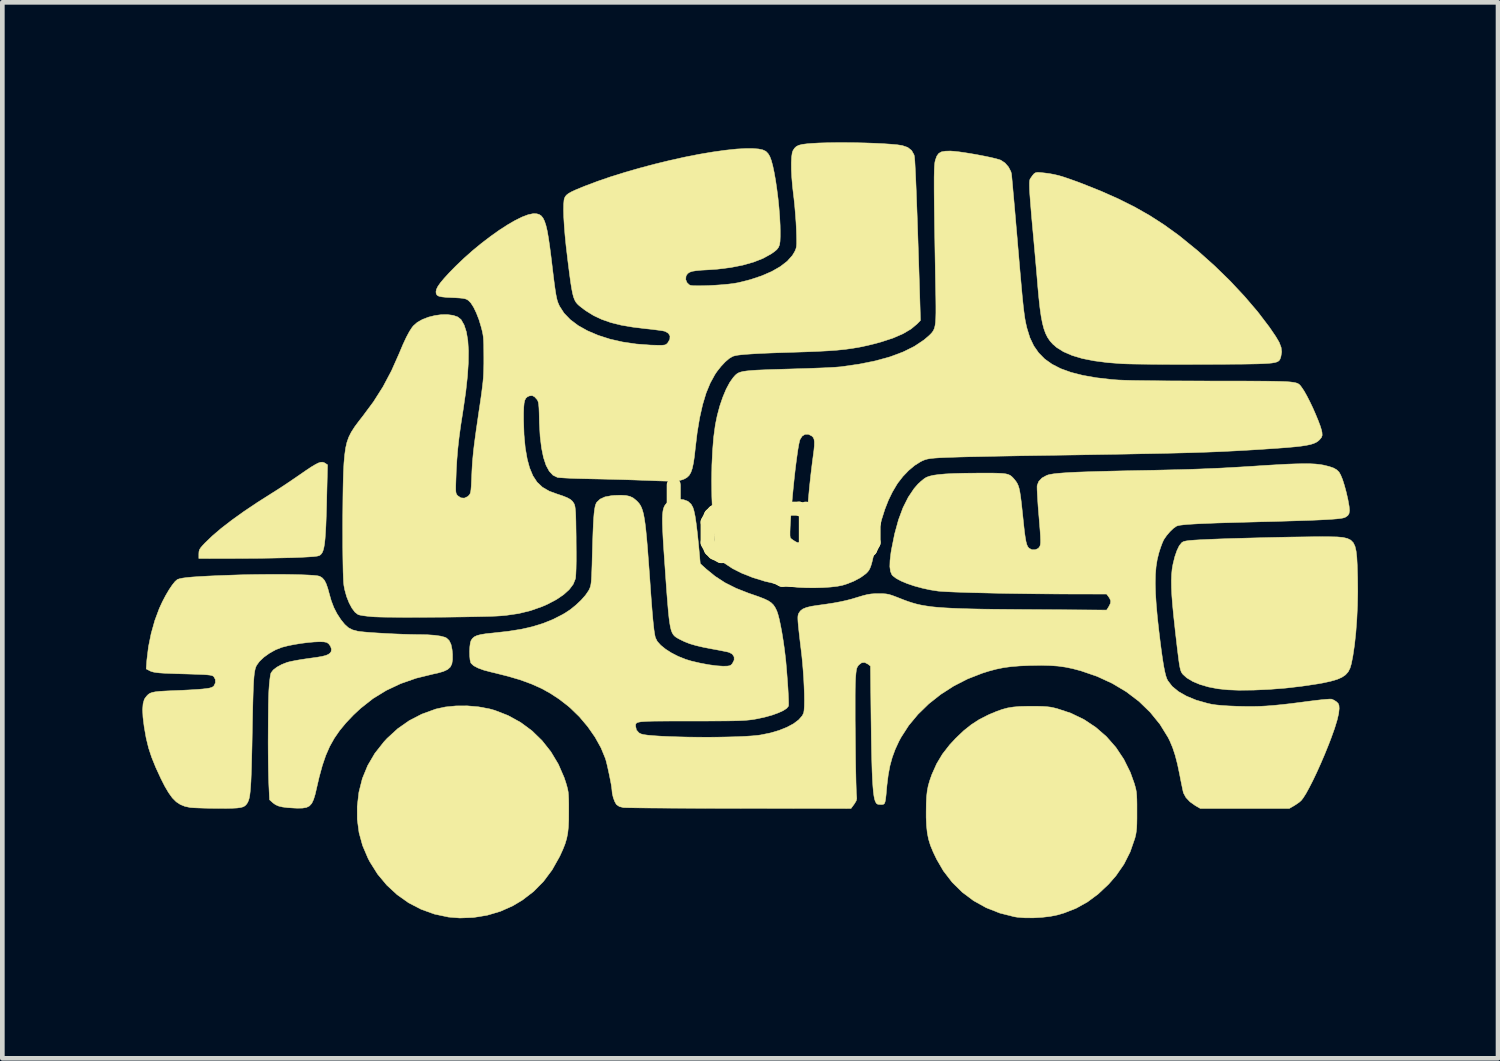
<source format=kicad_pcb>
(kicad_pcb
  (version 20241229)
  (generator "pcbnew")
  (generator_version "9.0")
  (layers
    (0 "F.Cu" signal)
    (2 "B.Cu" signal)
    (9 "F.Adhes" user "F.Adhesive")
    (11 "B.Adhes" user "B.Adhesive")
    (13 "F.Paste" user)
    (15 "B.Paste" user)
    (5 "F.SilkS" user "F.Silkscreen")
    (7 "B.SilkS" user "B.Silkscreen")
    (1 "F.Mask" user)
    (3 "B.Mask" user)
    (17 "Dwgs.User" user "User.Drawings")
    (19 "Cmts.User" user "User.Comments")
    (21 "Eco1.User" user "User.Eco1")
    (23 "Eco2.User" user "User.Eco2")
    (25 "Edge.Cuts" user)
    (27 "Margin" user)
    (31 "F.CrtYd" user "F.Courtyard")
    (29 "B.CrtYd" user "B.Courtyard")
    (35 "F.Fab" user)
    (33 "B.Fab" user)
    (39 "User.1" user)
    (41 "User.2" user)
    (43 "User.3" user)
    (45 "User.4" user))
  (footprint "logo"
    (layer "F.Cu")
    (at 13.486 8.172)
    (property "Reference" "logo" (at 0 0 0) (layer "F.SilkS") (effects (font (size 1.524 1.524) (thickness 0.3))))
    (attr through_hole)
    (fp_poly (pts (xy -9.593 -1.312) (xy -9.574 -1.301) (xy -9.52 -1.266) (xy -9.535 -0.649) (xy -9.541 -0.383) (xy -9.548 -0.157) (xy -9.555 0.034) (xy -9.564 0.192) (xy -9.573 0.321) (xy -9.584 0.425) (xy -9.598 0.505) (xy -9.614 0.567) (xy -9.632 0.612) (xy -9.655 0.645) (xy -9.68 0.668) (xy -9.7 0.68) (xy -9.74 0.69) (xy -9.819 0.7) (xy -9.936 0.708) (xy -10.087 0.716) (xy -10.271 0.723) (xy -10.484 0.728) (xy -10.724 0.733) (xy -10.988 0.737) (xy -11.274 0.739) (xy -11.499 0.74) (xy -12.277 0.741) (xy -12.277 0.644) (xy -12.274 0.595) (xy -12.264 0.555) (xy -12.239 0.514) (xy -12.195 0.462) (xy -12.144 0.408) (xy -11.988 0.258) (xy -11.796 0.094) (xy -11.569 -0.081) (xy -11.311 -0.266) (xy -11.025 -0.458) (xy -10.732 -0.644) (xy -10.624 -0.712) (xy -10.494 -0.796) (xy -10.354 -0.889) (xy -10.216 -0.983) (xy -10.121 -1.048) (xy -9.981 -1.145) (xy -9.871 -1.218) (xy -9.784 -1.27) (xy -9.718 -1.304) (xy -9.667 -1.32) (xy -9.627 -1.322) (xy -9.593 -1.312)) (stroke (width 0.01) (type solid)) (fill yes) (layer "F.SilkS"))
    (fp_poly (pts (xy -6.283 3.919) (xy -6.052 3.962) (xy -5.94 3.993) (xy -5.652 4.105) (xy -5.385 4.252) (xy -5.141 4.432) (xy -4.924 4.643) (xy -4.735 4.882) (xy -4.576 5.147) (xy -4.451 5.435) (xy -4.411 5.556) (xy -4.391 5.625) (xy -4.376 5.685) (xy -4.365 5.744) (xy -4.359 5.812) (xy -4.355 5.896) (xy -4.353 6.004) (xy -4.353 6.146) (xy -4.353 6.16) (xy -4.354 6.344) (xy -4.361 6.496) (xy -4.375 6.626) (xy -4.398 6.742) (xy -4.432 6.855) (xy -4.479 6.974) (xy -4.541 7.11) (xy -4.552 7.132) (xy -4.709 7.411) (xy -4.894 7.659) (xy -5.107 7.875) (xy -5.35 8.061) (xy -5.551 8.181) (xy -5.816 8.299) (xy -6.099 8.383) (xy -6.393 8.431) (xy -6.687 8.442) (xy -6.932 8.422) (xy -7.232 8.358) (xy -7.517 8.255) (xy -7.783 8.117) (xy -8.029 7.943) (xy -8.251 7.738) (xy -8.447 7.503) (xy -8.613 7.239) (xy -8.652 7.165) (xy -8.769 6.891) (xy -8.845 6.614) (xy -8.883 6.328) (xy -8.884 6.055) (xy -8.848 5.747) (xy -8.774 5.454) (xy -8.66 5.177) (xy -8.507 4.916) (xy -8.314 4.671) (xy -8.245 4.596) (xy -8.017 4.387) (xy -7.77 4.214) (xy -7.501 4.075) (xy -7.206 3.968) (xy -7.205 3.967) (xy -6.999 3.922) (xy -6.768 3.899) (xy -6.526 3.898) (xy -6.283 3.919)) (stroke (width 0.01) (type solid)) (fill yes) (layer "F.SilkS"))
    (fp_poly (pts (xy 5.69 3.907) (xy 5.801 3.91) (xy 5.89 3.916) (xy 5.966 3.925) (xy 6.038 3.94) (xy 6.104 3.956) (xy 6.403 4.055) (xy 6.681 4.189) (xy 6.936 4.358) (xy 7.165 4.557) (xy 7.366 4.786) (xy 7.537 5.042) (xy 7.676 5.322) (xy 7.76 5.556) (xy 7.78 5.625) (xy 7.795 5.685) (xy 7.806 5.744) (xy 7.812 5.812) (xy 7.816 5.896) (xy 7.818 6.004) (xy 7.818 6.146) (xy 7.818 6.16) (xy 7.818 6.309) (xy 7.816 6.425) (xy 7.812 6.515) (xy 7.804 6.588) (xy 7.794 6.652) (xy 7.779 6.715) (xy 7.772 6.74) (xy 7.673 7.026) (xy 7.54 7.29) (xy 7.369 7.537) (xy 7.212 7.717) (xy 6.989 7.927) (xy 6.759 8.098) (xy 6.515 8.234) (xy 6.254 8.336) (xy 6.122 8.375) (xy 5.964 8.407) (xy 5.785 8.428) (xy 5.597 8.439) (xy 5.415 8.438) (xy 5.253 8.425) (xy 5.191 8.415) (xy 4.878 8.336) (xy 4.587 8.221) (xy 4.319 8.072) (xy 4.076 7.89) (xy 3.86 7.677) (xy 3.673 7.434) (xy 3.528 7.185) (xy 3.453 7.028) (xy 3.395 6.888) (xy 3.354 6.755) (xy 3.327 6.618) (xy 3.311 6.466) (xy 3.303 6.29) (xy 3.303 6.17) (xy 3.305 5.992) (xy 3.312 5.845) (xy 3.326 5.72) (xy 3.348 5.606) (xy 3.381 5.493) (xy 3.424 5.371) (xy 3.427 5.364) (xy 3.528 5.138) (xy 3.652 4.931) (xy 3.806 4.733) (xy 3.937 4.592) (xy 4.106 4.431) (xy 4.269 4.301) (xy 4.435 4.193) (xy 4.617 4.1) (xy 4.655 4.082) (xy 4.801 4.021) (xy 4.928 3.975) (xy 5.046 3.943) (xy 5.169 3.923) (xy 5.306 3.911) (xy 5.47 3.907) (xy 5.546 3.907) (xy 5.69 3.907)) (stroke (width 0.01) (type solid)) (fill yes) (layer "F.SilkS"))
    (fp_poly (pts (xy 11.955 0.276) (xy 12.107 0.279) (xy 12.229 0.29) (xy 12.325 0.312) (xy 12.398 0.348) (xy 12.452 0.403) (xy 12.489 0.48) (xy 12.513 0.584) (xy 12.528 0.717) (xy 12.537 0.883) (xy 12.543 1.087) (xy 12.545 1.154) (xy 12.548 1.449) (xy 12.542 1.748) (xy 12.528 2.043) (xy 12.507 2.326) (xy 12.479 2.59) (xy 12.444 2.826) (xy 12.411 2.995) (xy 12.383 3.09) (xy 12.343 3.169) (xy 12.286 3.233) (xy 12.208 3.286) (xy 12.105 3.331) (xy 11.971 3.37) (xy 11.802 3.407) (xy 11.682 3.428) (xy 11.345 3.478) (xy 10.998 3.518) (xy 10.652 3.545) (xy 10.317 3.56) (xy 10.003 3.563) (xy 9.768 3.554) (xy 9.555 3.532) (xy 9.355 3.494) (xy 9.172 3.441) (xy 9.014 3.375) (xy 8.887 3.299) (xy 8.807 3.227) (xy 8.79 3.207) (xy 8.775 3.185) (xy 8.763 3.159) (xy 8.751 3.123) (xy 8.739 3.074) (xy 8.727 3.008) (xy 8.714 2.921) (xy 8.7 2.808) (xy 8.682 2.666) (xy 8.662 2.49) (xy 8.637 2.277) (xy 8.635 2.254) (xy 8.605 1.98) (xy 8.582 1.743) (xy 8.566 1.539) (xy 8.558 1.363) (xy 8.556 1.212) (xy 8.561 1.08) (xy 8.572 0.964) (xy 8.59 0.863) (xy 8.629 0.704) (xy 8.675 0.571) (xy 8.724 0.469) (xy 8.777 0.403) (xy 8.792 0.392) (xy 8.822 0.377) (xy 8.87 0.366) (xy 8.941 0.356) (xy 9.041 0.348) (xy 9.176 0.34) (xy 9.222 0.338) (xy 9.393 0.33) (xy 9.599 0.322) (xy 9.831 0.314) (xy 10.083 0.307) (xy 10.347 0.3) (xy 10.616 0.293) (xy 10.881 0.287) (xy 11.135 0.282) (xy 11.371 0.279) (xy 11.581 0.276) (xy 11.758 0.275) (xy 11.77 0.275) (xy 11.955 0.276)) (stroke (width 0.01) (type solid)) (fill yes) (layer "F.SilkS"))
    (fp_poly (pts (xy 5.764 -7.525) (xy 5.846 -7.516) (xy 5.946 -7.503) (xy 6.042 -7.485) (xy 6.142 -7.462) (xy 6.252 -7.429) (xy 6.381 -7.385) (xy 6.538 -7.329) (xy 6.636 -7.292) (xy 7.047 -7.128) (xy 7.423 -6.961) (xy 7.769 -6.788) (xy 8.093 -6.604) (xy 8.4 -6.406) (xy 8.697 -6.192) (xy 8.756 -6.146) (xy 9.123 -5.847) (xy 9.476 -5.532) (xy 9.81 -5.207) (xy 10.12 -4.876) (xy 10.403 -4.545) (xy 10.653 -4.217) (xy 10.792 -4.013) (xy 10.865 -3.889) (xy 10.906 -3.782) (xy 10.918 -3.684) (xy 10.902 -3.587) (xy 10.898 -3.573) (xy 10.889 -3.545) (xy 10.879 -3.521) (xy 10.864 -3.5) (xy 10.843 -3.483) (xy 10.812 -3.468) (xy 10.768 -3.456) (xy 10.709 -3.446) (xy 10.631 -3.439) (xy 10.531 -3.433) (xy 10.407 -3.428) (xy 10.256 -3.425) (xy 10.074 -3.422) (xy 9.86 -3.421) (xy 9.609 -3.419) (xy 9.32 -3.418) (xy 9.26 -3.418) (xy 9.01 -3.417) (xy 8.762 -3.417) (xy 8.524 -3.417) (xy 8.298 -3.418) (xy 8.09 -3.42) (xy 7.905 -3.422) (xy 7.747 -3.424) (xy 7.621 -3.427) (xy 7.532 -3.43) (xy 7.521 -3.43) (xy 7.191 -3.455) (xy 6.9 -3.493) (xy 6.647 -3.543) (xy 6.43 -3.608) (xy 6.248 -3.686) (xy 6.099 -3.779) (xy 6.016 -3.851) (xy 5.956 -3.918) (xy 5.905 -3.992) (xy 5.862 -4.078) (xy 5.825 -4.18) (xy 5.793 -4.303) (xy 5.765 -4.451) (xy 5.74 -4.628) (xy 5.717 -4.838) (xy 5.694 -5.087) (xy 5.694 -5.091) (xy 5.679 -5.271) (xy 5.662 -5.469) (xy 5.644 -5.67) (xy 5.627 -5.862) (xy 5.612 -6.028) (xy 5.609 -6.064) (xy 5.584 -6.334) (xy 5.563 -6.565) (xy 5.547 -6.761) (xy 5.534 -6.923) (xy 5.524 -7.055) (xy 5.518 -7.161) (xy 5.516 -7.243) (xy 5.516 -7.304) (xy 5.519 -7.348) (xy 5.525 -7.377) (xy 5.533 -7.394) (xy 5.579 -7.46) (xy 5.614 -7.501) (xy 5.649 -7.523) (xy 5.695 -7.53) (xy 5.764 -7.525)) (stroke (width 0.01) (type solid)) (fill yes) (layer "F.SilkS"))
    (fp_poly (pts (xy -10.468 1.082) (xy -10.272 1.085) (xy -10.097 1.089) (xy -9.947 1.095) (xy -9.826 1.102) (xy -9.739 1.111) (xy -9.689 1.122) (xy -9.685 1.124) (xy -9.63 1.159) (xy -9.585 1.211) (xy -9.548 1.285) (xy -9.512 1.39) (xy -9.491 1.468) (xy -9.441 1.645) (xy -9.385 1.792) (xy -9.317 1.924) (xy -9.238 2.046) (xy -9.154 2.151) (xy -9.073 2.224) (xy -8.984 2.27) (xy -8.874 2.299) (xy -8.826 2.306) (xy -8.731 2.316) (xy -8.602 2.327) (xy -8.448 2.337) (xy -8.278 2.347) (xy -8.101 2.356) (xy -7.926 2.363) (xy -7.762 2.368) (xy -7.617 2.371) (xy -7.564 2.371) (xy -7.38 2.375) (xy -7.224 2.386) (xy -7.098 2.404) (xy -7.007 2.428) (xy -6.97 2.446) (xy -6.914 2.5) (xy -6.875 2.581) (xy -6.852 2.693) (xy -6.843 2.793) (xy -6.843 2.909) (xy -6.857 2.999) (xy -6.891 3.067) (xy -6.949 3.119) (xy -7.037 3.16) (xy -7.159 3.195) (xy -7.253 3.215) (xy -7.62 3.305) (xy -7.955 3.422) (xy -8.262 3.567) (xy -8.546 3.741) (xy -8.809 3.948) (xy -8.966 4.094) (xy -9.126 4.263) (xy -9.261 4.426) (xy -9.376 4.593) (xy -9.474 4.768) (xy -9.558 4.96) (xy -9.631 5.174) (xy -9.698 5.419) (xy -9.749 5.638) (xy -9.784 5.79) (xy -9.819 5.904) (xy -9.858 5.987) (xy -9.908 6.042) (xy -9.972 6.074) (xy -10.057 6.088) (xy -10.168 6.09) (xy -10.234 6.087) (xy -10.377 6.078) (xy -10.486 6.064) (xy -10.569 6.044) (xy -10.634 6.015) (xy -10.689 5.976) (xy -10.695 5.97) (xy -10.762 5.91) (xy -10.777 5.595) (xy -10.782 5.461) (xy -10.786 5.295) (xy -10.789 5.105) (xy -10.791 4.898) (xy -10.792 4.681) (xy -10.791 4.462) (xy -10.79 4.247) (xy -10.788 4.044) (xy -10.786 3.859) (xy -10.782 3.7) (xy -10.777 3.575) (xy -10.775 3.545) (xy -10.767 3.433) (xy -10.756 3.331) (xy -10.745 3.249) (xy -10.733 3.198) (xy -10.73 3.191) (xy -10.684 3.13) (xy -10.605 3.069) (xy -10.503 3.013) (xy -10.386 2.967) (xy -10.372 2.963) (xy -10.302 2.946) (xy -10.201 2.926) (xy -10.08 2.905) (xy -9.952 2.886) (xy -9.895 2.878) (xy -9.749 2.858) (xy -9.639 2.839) (xy -9.559 2.819) (xy -9.504 2.796) (xy -9.467 2.769) (xy -9.443 2.736) (xy -9.443 2.735) (xy -9.436 2.682) (xy -9.456 2.621) (xy -9.497 2.566) (xy -9.54 2.538) (xy -9.599 2.527) (xy -9.691 2.524) (xy -9.808 2.529) (xy -9.941 2.541) (xy -10.083 2.559) (xy -10.225 2.582) (xy -10.359 2.608) (xy -10.476 2.638) (xy -10.5 2.644) (xy -10.634 2.697) (xy -10.764 2.77) (xy -10.883 2.855) (xy -10.978 2.945) (xy -11.041 3.032) (xy -11.055 3.063) (xy -11.068 3.101) (xy -11.078 3.147) (xy -11.088 3.206) (xy -11.096 3.282) (xy -11.103 3.377) (xy -11.109 3.495) (xy -11.114 3.639) (xy -11.119 3.812) (xy -11.124 4.019) (xy -11.129 4.262) (xy -11.133 4.473) (xy -11.138 4.755) (xy -11.144 4.997) (xy -11.149 5.204) (xy -11.155 5.378) (xy -11.161 5.523) (xy -11.169 5.641) (xy -11.177 5.737) (xy -11.186 5.813) (xy -11.197 5.872) (xy -11.21 5.918) (xy -11.225 5.954) (xy -11.234 5.973) (xy -11.26 6.01) (xy -11.289 6.039) (xy -11.328 6.061) (xy -11.383 6.076) (xy -11.458 6.086) (xy -11.558 6.091) (xy -11.69 6.094) (xy -11.858 6.093) (xy -11.878 6.093) (xy -12.023 6.092) (xy -12.16 6.089) (xy -12.282 6.085) (xy -12.38 6.081) (xy -12.446 6.076) (xy -12.461 6.075) (xy -12.574 6.051) (xy -12.673 6.011) (xy -12.761 5.953) (xy -12.844 5.87) (xy -12.924 5.759) (xy -13.008 5.616) (xy -13.089 5.456) (xy -13.2 5.216) (xy -13.287 5.001) (xy -13.353 4.801) (xy -13.4 4.609) (xy -13.406 4.583) (xy -13.448 4.343) (xy -13.473 4.142) (xy -13.481 3.978) (xy -13.471 3.851) (xy -13.445 3.76) (xy -13.428 3.732) (xy -13.393 3.687) (xy -13.36 3.653) (xy -13.322 3.628) (xy -13.272 3.61) (xy -13.206 3.597) (xy -13.116 3.587) (xy -12.996 3.58) (xy -12.844 3.573) (xy -12.629 3.564) (xy -12.452 3.555) (xy -12.309 3.546) (xy -12.197 3.537) (xy -12.112 3.527) (xy -12.049 3.517) (xy -12.005 3.504) (xy -11.975 3.489) (xy -11.956 3.472) (xy -11.955 3.472) (xy -11.922 3.404) (xy -11.923 3.333) (xy -11.956 3.273) (xy -11.96 3.269) (xy -11.977 3.257) (xy -12.001 3.248) (xy -12.037 3.24) (xy -12.09 3.234) (xy -12.166 3.228) (xy -12.27 3.224) (xy -12.405 3.219) (xy -12.569 3.214) (xy -12.757 3.209) (xy -12.909 3.203) (xy -13.028 3.198) (xy -13.12 3.192) (xy -13.19 3.184) (xy -13.244 3.175) (xy -13.286 3.164) (xy -13.322 3.15) (xy -13.342 3.139) (xy -13.404 3.107) (xy -13.39 2.914) (xy -13.356 2.634) (xy -13.298 2.348) (xy -13.22 2.07) (xy -13.124 1.812) (xy -13.059 1.671) (xy -12.987 1.533) (xy -12.915 1.411) (xy -12.847 1.31) (xy -12.787 1.235) (xy -12.739 1.193) (xy -12.732 1.189) (xy -12.688 1.175) (xy -12.622 1.161) (xy -12.531 1.149) (xy -12.413 1.138) (xy -12.263 1.128) (xy -12.081 1.118) (xy -11.861 1.108) (xy -11.613 1.099) (xy -11.376 1.091) (xy -11.139 1.086) (xy -10.905 1.083) (xy -10.68 1.082) (xy -10.468 1.082)) (stroke (width 0.01) (type solid)) (fill yes) (layer "F.SilkS"))
    (fp_poly (pts (xy 3.902 -7.981) (xy 4.012 -7.969) (xy 4.143 -7.95) (xy 4.285 -7.927) (xy 4.431 -7.901) (xy 4.571 -7.874) (xy 4.699 -7.847) (xy 4.805 -7.821) (xy 4.88 -7.799) (xy 4.902 -7.791) (xy 4.992 -7.731) (xy 5.067 -7.645) (xy 5.118 -7.546) (xy 5.13 -7.499) (xy 5.134 -7.464) (xy 5.141 -7.391) (xy 5.151 -7.283) (xy 5.163 -7.145) (xy 5.178 -6.979) (xy 5.195 -6.79) (xy 5.213 -6.582) (xy 5.232 -6.357) (xy 5.253 -6.121) (xy 5.259 -6.043) (xy 5.285 -5.744) (xy 5.307 -5.483) (xy 5.327 -5.259) (xy 5.344 -5.066) (xy 5.359 -4.902) (xy 5.373 -4.764) (xy 5.385 -4.648) (xy 5.397 -4.55) (xy 5.408 -4.468) (xy 5.418 -4.398) (xy 5.429 -4.337) (xy 5.441 -4.281) (xy 5.453 -4.227) (xy 5.464 -4.184) (xy 5.525 -3.988) (xy 5.607 -3.815) (xy 5.712 -3.664) (xy 5.842 -3.532) (xy 6 -3.42) (xy 6.186 -3.325) (xy 6.405 -3.246) (xy 6.657 -3.182) (xy 6.945 -3.131) (xy 7.272 -3.093) (xy 7.334 -3.088) (xy 7.425 -3.082) (xy 7.557 -3.077) (xy 7.729 -3.072) (xy 7.942 -3.069) (xy 8.196 -3.066) (xy 8.492 -3.063) (xy 8.83 -3.062) (xy 9.21 -3.061) (xy 9.387 -3.06) (xy 9.71 -3.06) (xy 9.993 -3.06) (xy 10.239 -3.059) (xy 10.451 -3.058) (xy 10.632 -3.057) (xy 10.784 -3.054) (xy 10.91 -3.051) (xy 11.013 -3.047) (xy 11.096 -3.041) (xy 11.161 -3.033) (xy 11.211 -3.024) (xy 11.249 -3.013) (xy 11.277 -2.999) (xy 11.299 -2.983) (xy 11.316 -2.965) (xy 11.333 -2.943) (xy 11.35 -2.919) (xy 11.351 -2.918) (xy 11.401 -2.843) (xy 11.459 -2.74) (xy 11.522 -2.617) (xy 11.586 -2.483) (xy 11.646 -2.346) (xy 11.7 -2.215) (xy 11.744 -2.099) (xy 11.773 -2.005) (xy 11.782 -1.96) (xy 11.786 -1.898) (xy 11.771 -1.853) (xy 11.732 -1.805) (xy 11.698 -1.774) (xy 11.656 -1.746) (xy 11.602 -1.722) (xy 11.534 -1.701) (xy 11.447 -1.683) (xy 11.338 -1.666) (xy 11.202 -1.651) (xy 11.037 -1.636) (xy 10.838 -1.621) (xy 10.602 -1.605) (xy 10.499 -1.598) (xy 10.339 -1.588) (xy 10.188 -1.579) (xy 10.043 -1.571) (xy 9.901 -1.563) (xy 9.76 -1.556) (xy 9.618 -1.549) (xy 9.471 -1.543) (xy 9.319 -1.537) (xy 9.157 -1.532) (xy 8.984 -1.526) (xy 8.797 -1.521) (xy 8.594 -1.516) (xy 8.372 -1.511) (xy 8.129 -1.506) (xy 7.862 -1.501) (xy 7.568 -1.495) (xy 7.247 -1.49) (xy 6.894 -1.484) (xy 6.507 -1.477) (xy 6.084 -1.471) (xy 5.623 -1.464) (xy 5.366 -1.46) (xy 5.111 -1.455) (xy 4.862 -1.451) (xy 4.623 -1.446) (xy 4.398 -1.441) (xy 4.191 -1.437) (xy 4.007 -1.432) (xy 3.85 -1.427) (xy 3.725 -1.423) (xy 3.636 -1.419) (xy 3.61 -1.418) (xy 3.489 -1.41) (xy 3.4 -1.401) (xy 3.334 -1.39) (xy 3.279 -1.375) (xy 3.227 -1.354) (xy 3.181 -1.331) (xy 3.057 -1.253) (xy 2.929 -1.146) (xy 2.806 -1.018) (xy 2.698 -0.879) (xy 2.676 -0.846) (xy 2.579 -0.682) (xy 2.494 -0.507) (xy 2.418 -0.313) (xy 2.349 -0.095) (xy 2.286 0.153) (xy 2.232 0.402) (xy 2.198 0.572) (xy 2.169 0.706) (xy 2.145 0.809) (xy 2.123 0.887) (xy 2.101 0.946) (xy 2.079 0.989) (xy 2.053 1.024) (xy 2.023 1.055) (xy 2.012 1.066) (xy 1.895 1.151) (xy 1.748 1.229) (xy 1.583 1.293) (xy 1.506 1.316) (xy 1.397 1.337) (xy 1.256 1.353) (xy 1.093 1.364) (xy 0.919 1.369) (xy 0.745 1.368) (xy 0.579 1.361) (xy 0.433 1.347) (xy 0.413 1.344) (xy 0.121 1.294) (xy -0.156 1.228) (xy -0.412 1.149) (xy -0.642 1.058) (xy -0.843 0.957) (xy -1.008 0.848) (xy -1.074 0.794) (xy -1.19 0.688) (xy -1.218 0.445) (xy -1.245 0.167) (xy 0.386 0.167) (xy 0.386 0.249) (xy 0.392 0.295) (xy 0.394 0.3) (xy 0.419 0.324) (xy 0.465 0.356) (xy 0.513 0.385) (xy 0.549 0.401) (xy 0.554 0.402) (xy 0.583 0.395) (xy 0.621 0.382) (xy 0.649 0.367) (xy 0.672 0.34) (xy 0.691 0.298) (xy 0.706 0.235) (xy 0.72 0.146) (xy 0.733 0.027) (xy 0.747 -0.128) (xy 0.751 -0.191) (xy 0.777 -0.497) (xy 0.804 -0.792) (xy 0.834 -1.068) (xy 0.864 -1.316) (xy 0.879 -1.429) (xy 0.898 -1.572) (xy 0.908 -1.679) (xy 0.909 -1.758) (xy 0.901 -1.814) (xy 0.883 -1.853) (xy 0.854 -1.882) (xy 0.78 -1.92) (xy 0.708 -1.918) (xy 0.646 -1.879) (xy 0.601 -1.807) (xy 0.593 -1.783) (xy 0.576 -1.707) (xy 0.557 -1.6) (xy 0.538 -1.468) (xy 0.517 -1.314) (xy 0.496 -1.144) (xy 0.476 -0.964) (xy 0.457 -0.778) (xy 0.439 -0.592) (xy 0.423 -0.41) (xy 0.409 -0.238) (xy 0.398 -0.081) (xy 0.39 0.055) (xy 0.386 0.167) (xy -1.245 0.167) (xy -1.25 0.11) (xy -1.274 -0.235) (xy -1.288 -0.583) (xy -1.292 -0.926) (xy -1.287 -1.257) (xy -1.272 -1.569) (xy -1.249 -1.855) (xy -1.215 -2.107) (xy -1.214 -2.117) (xy -1.172 -2.322) (xy -1.118 -2.524) (xy -1.053 -2.714) (xy -0.981 -2.886) (xy -0.904 -3.03) (xy -0.826 -3.14) (xy -0.823 -3.142) (xy -0.797 -3.172) (xy -0.771 -3.198) (xy -0.743 -3.22) (xy -0.71 -3.238) (xy -0.667 -3.253) (xy -0.612 -3.266) (xy -0.54 -3.276) (xy -0.449 -3.285) (xy -0.335 -3.293) (xy -0.195 -3.299) (xy -0.024 -3.306) (xy 0.18 -3.312) (xy 0.42 -3.319) (xy 0.582 -3.324) (xy 0.76 -3.329) (xy 0.934 -3.336) (xy 1.096 -3.342) (xy 1.239 -3.349) (xy 1.358 -3.356) (xy 1.444 -3.363) (xy 1.471 -3.365) (xy 1.863 -3.421) (xy 2.216 -3.492) (xy 2.531 -3.579) (xy 2.809 -3.683) (xy 3.051 -3.803) (xy 3.256 -3.94) (xy 3.354 -4.023) (xy 3.395 -4.062) (xy 3.429 -4.099) (xy 3.456 -4.138) (xy 3.477 -4.183) (xy 3.492 -4.239) (xy 3.503 -4.311) (xy 3.509 -4.403) (xy 3.512 -4.52) (xy 3.512 -4.665) (xy 3.51 -4.845) (xy 3.506 -5.043) (xy 3.499 -5.434) (xy 3.493 -5.785) (xy 3.488 -6.098) (xy 3.483 -6.376) (xy 3.48 -6.621) (xy 3.477 -6.834) (xy 3.475 -7.019) (xy 3.474 -7.178) (xy 3.474 -7.312) (xy 3.474 -7.425) (xy 3.476 -7.518) (xy 3.478 -7.594) (xy 3.481 -7.655) (xy 3.485 -7.703) (xy 3.489 -7.741) (xy 3.495 -7.771) (xy 3.5 -7.792) (xy 3.531 -7.878) (xy 3.572 -7.935) (xy 3.63 -7.969) (xy 3.714 -7.984) (xy 3.821 -7.987) (xy 3.902 -7.981)) (stroke (width 0.01) (type solid)) (fill yes) (layer "F.SilkS"))
    (fp_poly (pts (xy 1.793 -8.165) (xy 2.002 -8.16) (xy 2.201 -8.153) (xy 2.386 -8.144) (xy 2.548 -8.133) (xy 2.683 -8.121) (xy 2.782 -8.106) (xy 2.79 -8.105) (xy 2.907 -8.065) (xy 2.991 -7.999) (xy 3.042 -7.908) (xy 3.049 -7.881) (xy 3.054 -7.843) (xy 3.06 -7.772) (xy 3.066 -7.667) (xy 3.073 -7.527) (xy 3.081 -7.352) (xy 3.09 -7.14) (xy 3.099 -6.89) (xy 3.11 -6.602) (xy 3.121 -6.275) (xy 3.133 -5.908) (xy 3.146 -5.501) (xy 3.157 -5.158) (xy 3.181 -4.358) (xy 3.109 -4.284) (xy 2.979 -4.175) (xy 2.808 -4.074) (xy 2.596 -3.982) (xy 2.343 -3.899) (xy 2.209 -3.862) (xy 2.046 -3.822) (xy 1.89 -3.789) (xy 1.734 -3.762) (xy 1.571 -3.739) (xy 1.394 -3.721) (xy 1.197 -3.707) (xy 0.973 -3.695) (xy 0.716 -3.685) (xy 0.624 -3.682) (xy 0.338 -3.673) (xy 0.091 -3.665) (xy -0.119 -3.657) (xy -0.297 -3.649) (xy -0.444 -3.64) (xy -0.564 -3.632) (xy -0.659 -3.623) (xy -0.734 -3.614) (xy -0.79 -3.603) (xy -0.831 -3.592) (xy -0.841 -3.588) (xy -0.916 -3.544) (xy -1.002 -3.47) (xy -1.092 -3.374) (xy -1.179 -3.264) (xy -1.222 -3.2) (xy -1.322 -3.018) (xy -1.41 -2.805) (xy -1.485 -2.557) (xy -1.549 -2.274) (xy -1.602 -1.954) (xy -1.641 -1.63) (xy -1.661 -1.446) (xy -1.683 -1.3) (xy -1.708 -1.186) (xy -1.738 -1.1) (xy -1.776 -1.037) (xy -1.824 -0.992) (xy -1.884 -0.959) (xy -1.94 -0.94) (xy -1.98 -0.93) (xy -2.024 -0.922) (xy -2.076 -0.917) (xy -2.143 -0.915) (xy -2.231 -0.916) (xy -2.346 -0.919) (xy -2.493 -0.924) (xy -2.611 -0.929) (xy -2.784 -0.935) (xy -2.986 -0.942) (xy -3.207 -0.949) (xy -3.433 -0.955) (xy -3.652 -0.96) (xy -3.842 -0.964) (xy -4.011 -0.968) (xy -4.169 -0.972) (xy -4.311 -0.977) (xy -4.432 -0.983) (xy -4.524 -0.989) (xy -4.583 -0.994) (xy -4.597 -0.997) (xy -4.691 -1.043) (xy -4.771 -1.129) (xy -4.839 -1.255) (xy -4.894 -1.422) (xy -4.936 -1.628) (xy -4.966 -1.874) (xy -4.982 -2.16) (xy -4.984 -2.252) (xy -4.987 -2.386) (xy -4.991 -2.485) (xy -4.997 -2.555) (xy -5.005 -2.603) (xy -5.016 -2.637) (xy -5.031 -2.662) (xy -5.031 -2.663) (xy -5.086 -2.723) (xy -5.136 -2.748) (xy -5.193 -2.742) (xy -5.201 -2.74) (xy -5.241 -2.721) (xy -5.272 -2.692) (xy -5.294 -2.649) (xy -5.309 -2.585) (xy -5.317 -2.495) (xy -5.321 -2.374) (xy -5.321 -2.223) (xy -5.311 -1.91) (xy -5.285 -1.63) (xy -5.242 -1.385) (xy -5.192 -1.201) (xy -5.121 -1.03) (xy -5.031 -0.893) (xy -4.916 -0.785) (xy -4.771 -0.701) (xy -4.616 -0.644) (xy -4.484 -0.6) (xy -4.386 -0.561) (xy -4.317 -0.523) (xy -4.271 -0.481) (xy -4.239 -0.432) (xy -4.237 -0.427) (xy -4.227 -0.401) (xy -4.219 -0.366) (xy -4.213 -0.317) (xy -4.207 -0.251) (xy -4.203 -0.163) (xy -4.2 -0.048) (xy -4.198 0.098) (xy -4.195 0.281) (xy -4.195 0.36) (xy -4.193 0.6) (xy -4.193 0.798) (xy -4.196 0.956) (xy -4.201 1.074) (xy -4.207 1.153) (xy -4.212 1.179) (xy -4.257 1.292) (xy -4.342 1.405) (xy -4.463 1.515) (xy -4.618 1.62) (xy -4.804 1.718) (xy -4.924 1.771) (xy -5.172 1.858) (xy -5.425 1.92) (xy -5.695 1.959) (xy -5.807 1.969) (xy -5.903 1.975) (xy -6.034 1.98) (xy -6.195 1.984) (xy -6.38 1.988) (xy -6.584 1.992) (xy -6.802 1.995) (xy -7.029 1.998) (xy -7.258 1.999) (xy -7.486 2) (xy -7.707 2.001) (xy -7.915 2.001) (xy -8.105 1.999) (xy -8.271 1.998) (xy -8.409 1.995) (xy -8.514 1.991) (xy -8.559 1.988) (xy -8.663 1.978) (xy -8.756 1.966) (xy -8.828 1.953) (xy -8.866 1.942) (xy -8.932 1.891) (xy -8.997 1.805) (xy -9.058 1.691) (xy -9.111 1.558) (xy -9.152 1.411) (xy -9.17 1.315) (xy -9.176 1.254) (xy -9.181 1.155) (xy -9.186 1.023) (xy -9.189 0.865) (xy -9.192 0.684) (xy -9.194 0.486) (xy -9.194 0.277) (xy -9.195 0.06) (xy -9.194 -0.16) (xy -9.192 -0.376) (xy -9.19 -0.584) (xy -9.187 -0.779) (xy -9.183 -0.956) (xy -9.178 -1.11) (xy -9.172 -1.235) (xy -9.168 -1.307) (xy -9.152 -1.483) (xy -9.132 -1.627) (xy -9.104 -1.749) (xy -9.065 -1.859) (xy -9.011 -1.966) (xy -8.938 -2.08) (xy -8.842 -2.209) (xy -8.771 -2.299) (xy -8.537 -2.614) (xy -8.332 -2.937) (xy -8.151 -3.278) (xy -7.989 -3.642) (xy -7.906 -3.839) (xy -7.832 -3.998) (xy -7.766 -4.121) (xy -7.707 -4.211) (xy -7.682 -4.242) (xy -7.596 -4.318) (xy -7.485 -4.38) (xy -7.357 -4.429) (xy -7.22 -4.463) (xy -7.082 -4.482) (xy -6.949 -4.483) (xy -6.829 -4.467) (xy -6.731 -4.433) (xy -6.662 -4.378) (xy -6.658 -4.373) (xy -6.594 -4.26) (xy -6.546 -4.112) (xy -6.515 -3.928) (xy -6.501 -3.709) (xy -6.504 -3.454) (xy -6.523 -3.162) (xy -6.559 -2.832) (xy -6.612 -2.464) (xy -6.623 -2.392) (xy -6.668 -2.104) (xy -6.703 -1.846) (xy -6.73 -1.606) (xy -6.749 -1.374) (xy -6.763 -1.138) (xy -6.766 -1.042) (xy -6.771 -0.905) (xy -6.774 -0.805) (xy -6.774 -0.733) (xy -6.771 -0.684) (xy -6.764 -0.652) (xy -6.753 -0.63) (xy -6.738 -0.61) (xy -6.731 -0.603) (xy -6.664 -0.558) (xy -6.59 -0.552) (xy -6.519 -0.585) (xy -6.497 -0.605) (xy -6.478 -0.627) (xy -6.464 -0.652) (xy -6.454 -0.687) (xy -6.447 -0.739) (xy -6.441 -0.816) (xy -6.436 -0.922) (xy -6.432 -1.012) (xy -6.427 -1.132) (xy -6.421 -1.241) (xy -6.414 -1.346) (xy -6.404 -1.452) (xy -6.393 -1.566) (xy -6.378 -1.692) (xy -6.359 -1.836) (xy -6.336 -2.005) (xy -6.307 -2.204) (xy -6.273 -2.438) (xy -6.27 -2.455) (xy -6.242 -2.645) (xy -6.22 -2.8) (xy -6.204 -2.929) (xy -6.191 -3.039) (xy -6.182 -3.137) (xy -6.177 -3.23) (xy -6.174 -3.328) (xy -6.172 -3.436) (xy -6.172 -3.563) (xy -6.172 -3.567) (xy -6.173 -3.718) (xy -6.174 -3.836) (xy -6.178 -3.928) (xy -6.183 -4.002) (xy -6.193 -4.067) (xy -6.206 -4.13) (xy -6.224 -4.2) (xy -6.229 -4.219) (xy -6.277 -4.378) (xy -6.333 -4.521) (xy -6.391 -4.641) (xy -6.45 -4.733) (xy -6.503 -4.787) (xy -6.536 -4.808) (xy -6.573 -4.822) (xy -6.624 -4.832) (xy -6.696 -4.839) (xy -6.798 -4.845) (xy -6.849 -4.847) (xy -6.979 -4.853) (xy -7.073 -4.863) (xy -7.135 -4.877) (xy -7.173 -4.899) (xy -7.192 -4.93) (xy -7.197 -4.971) (xy -7.197 -4.973) (xy -7.187 -5.024) (xy -7.156 -5.087) (xy -7.102 -5.164) (xy -7.022 -5.26) (xy -6.915 -5.377) (xy -6.777 -5.518) (xy -6.774 -5.521) (xy -6.596 -5.691) (xy -6.41 -5.856) (xy -6.22 -6.012) (xy -6.03 -6.157) (xy -5.845 -6.289) (xy -5.667 -6.404) (xy -5.502 -6.5) (xy -5.352 -6.574) (xy -5.223 -6.623) (xy -5.118 -6.645) (xy -5.096 -6.646) (xy -5.036 -6.642) (xy -4.985 -6.627) (xy -4.942 -6.598) (xy -4.904 -6.551) (xy -4.871 -6.483) (xy -4.841 -6.391) (xy -4.813 -6.272) (xy -4.787 -6.121) (xy -4.76 -5.936) (xy -4.731 -5.713) (xy -4.721 -5.63) (xy -4.696 -5.421) (xy -4.675 -5.249) (xy -4.657 -5.11) (xy -4.641 -4.999) (xy -4.627 -4.911) (xy -4.613 -4.842) (xy -4.6 -4.787) (xy -4.585 -4.742) (xy -4.568 -4.702) (xy -4.551 -4.664) (xy -4.454 -4.514) (xy -4.32 -4.375) (xy -4.151 -4.248) (xy -3.951 -4.136) (xy -3.723 -4.039) (xy -3.471 -3.958) (xy -3.197 -3.896) (xy -2.905 -3.853) (xy -2.598 -3.83) (xy -2.52 -3.828) (xy -2.416 -3.826) (xy -2.346 -3.827) (xy -2.3 -3.832) (xy -2.27 -3.843) (xy -2.248 -3.861) (xy -2.23 -3.881) (xy -2.188 -3.955) (xy -2.184 -4.025) (xy -2.219 -4.083) (xy -2.288 -4.124) (xy -2.291 -4.125) (xy -2.336 -4.135) (xy -2.414 -4.147) (xy -2.515 -4.16) (xy -2.631 -4.174) (xy -2.694 -4.18) (xy -2.981 -4.215) (xy -3.233 -4.258) (xy -3.453 -4.313) (xy -3.647 -4.381) (xy -3.821 -4.463) (xy -3.981 -4.562) (xy -4.032 -4.599) (xy -4.087 -4.641) (xy -4.132 -4.677) (xy -4.17 -4.713) (xy -4.202 -4.753) (xy -4.228 -4.801) (xy -4.251 -4.862) (xy -4.271 -4.939) (xy -4.29 -5.037) (xy -4.31 -5.16) (xy -4.331 -5.312) (xy -4.355 -5.497) (xy -4.383 -5.72) (xy -4.383 -5.726) (xy -4.411 -5.961) (xy -4.433 -6.183) (xy -4.449 -6.387) (xy -4.46 -6.569) (xy -4.464 -6.724) (xy -4.462 -6.848) (xy -4.454 -6.938) (xy -4.446 -6.972) (xy -4.429 -7.009) (xy -4.402 -7.043) (xy -4.36 -7.076) (xy -4.297 -7.112) (xy -4.207 -7.154) (xy -4.086 -7.204) (xy -4.008 -7.236) (xy -3.737 -7.338) (xy -3.446 -7.438) (xy -3.14 -7.533) (xy -2.824 -7.624) (xy -2.503 -7.709) (xy -2.182 -7.787) (xy -1.866 -7.857) (xy -1.561 -7.917) (xy -1.271 -7.966) (xy -1.001 -8.004) (xy -0.757 -8.03) (xy -0.543 -8.041) (xy -0.411 -8.04) (xy -0.287 -8.031) (xy -0.197 -8.012) (xy -0.131 -7.981) (xy -0.083 -7.932) (xy -0.046 -7.87) (xy -0.015 -7.788) (xy 0.017 -7.671) (xy 0.048 -7.524) (xy 0.078 -7.354) (xy 0.105 -7.169) (xy 0.13 -6.973) (xy 0.15 -6.775) (xy 0.165 -6.58) (xy 0.175 -6.395) (xy 0.177 -6.287) (xy 0.177 -6.152) (xy 0.173 -6.052) (xy 0.162 -5.978) (xy 0.139 -5.922) (xy 0.103 -5.875) (xy 0.05 -5.831) (xy -0.022 -5.781) (xy -0.189 -5.689) (xy -0.391 -5.609) (xy -0.624 -5.543) (xy -0.883 -5.492) (xy -1.163 -5.457) (xy -1.358 -5.443) (xy -1.508 -5.435) (xy -1.622 -5.424) (xy -1.705 -5.411) (xy -1.763 -5.391) (xy -1.802 -5.365) (xy -1.829 -5.331) (xy -1.842 -5.3) (xy -1.847 -5.234) (xy -1.821 -5.169) (xy -1.772 -5.121) (xy -1.743 -5.109) (xy -1.687 -5.102) (xy -1.596 -5.1) (xy -1.481 -5.101) (xy -1.349 -5.105) (xy -1.209 -5.113) (xy -1.069 -5.123) (xy -0.938 -5.135) (xy -0.825 -5.149) (xy -0.737 -5.164) (xy -0.735 -5.164) (xy -0.463 -5.232) (xy -0.218 -5.314) (xy -0.004 -5.407) (xy 0.179 -5.512) (xy 0.327 -5.626) (xy 0.437 -5.749) (xy 0.488 -5.834) (xy 0.505 -5.872) (xy 0.517 -5.907) (xy 0.525 -5.948) (xy 0.529 -6.003) (xy 0.529 -6.078) (xy 0.527 -6.181) (xy 0.523 -6.305) (xy 0.515 -6.463) (xy 0.502 -6.64) (xy 0.487 -6.819) (xy 0.47 -6.98) (xy 0.464 -7.027) (xy 0.441 -7.226) (xy 0.425 -7.414) (xy 0.416 -7.585) (xy 0.415 -7.735) (xy 0.421 -7.859) (xy 0.434 -7.95) (xy 0.45 -7.996) (xy 0.483 -8.047) (xy 0.522 -8.084) (xy 0.574 -8.11) (xy 0.648 -8.129) (xy 0.751 -8.142) (xy 0.851 -8.15) (xy 1.004 -8.159) (xy 1.181 -8.164) (xy 1.376 -8.167) (xy 1.583 -8.167) (xy 1.793 -8.165)) (stroke (width 0.01) (type solid)) (fill yes) (layer "F.SilkS"))
    (fp_poly (pts (xy 11.531 -1.288) (xy 11.647 -1.282) (xy 11.744 -1.271) (xy 11.81 -1.26) (xy 11.937 -1.229) (xy 12.03 -1.197) (xy 12.096 -1.159) (xy 12.144 -1.113) (xy 12.146 -1.111) (xy 12.182 -1.048) (xy 12.222 -0.951) (xy 12.262 -0.825) (xy 12.302 -0.677) (xy 12.339 -0.515) (xy 12.341 -0.501) (xy 12.363 -0.378) (xy 12.371 -0.288) (xy 12.362 -0.224) (xy 12.336 -0.18) (xy 12.291 -0.148) (xy 12.266 -0.136) (xy 12.232 -0.126) (xy 12.178 -0.117) (xy 12.102 -0.108) (xy 12.001 -0.1) (xy 11.873 -0.092) (xy 11.716 -0.084) (xy 11.527 -0.076) (xy 11.306 -0.069) (xy 11.049 -0.061) (xy 10.754 -0.052) (xy 10.419 -0.044) (xy 10.361 -0.042) (xy 10.046 -0.034) (xy 9.77 -0.026) (xy 9.531 -0.019) (xy 9.328 -0.011) (xy 9.156 -0.004) (xy 9.015 0.004) (xy 8.901 0.011) (xy 8.811 0.02) (xy 8.744 0.028) (xy 8.696 0.038) (xy 8.666 0.048) (xy 8.664 0.049) (xy 8.599 0.095) (xy 8.525 0.166) (xy 8.454 0.249) (xy 8.397 0.332) (xy 8.384 0.356) (xy 8.358 0.416) (xy 8.326 0.502) (xy 8.295 0.597) (xy 8.286 0.628) (xy 8.252 0.766) (xy 8.228 0.917) (xy 8.214 1.085) (xy 8.21 1.275) (xy 8.216 1.49) (xy 8.232 1.735) (xy 8.257 2.013) (xy 8.287 2.282) (xy 8.317 2.529) (xy 8.344 2.737) (xy 8.369 2.91) (xy 8.392 3.051) (xy 8.414 3.162) (xy 8.435 3.249) (xy 8.457 3.314) (xy 8.478 3.357) (xy 8.573 3.481) (xy 8.708 3.592) (xy 8.88 3.69) (xy 9.086 3.775) (xy 9.326 3.843) (xy 9.419 3.864) (xy 9.506 3.877) (xy 9.628 3.889) (xy 9.777 3.899) (xy 9.947 3.906) (xy 10.012 3.908) (xy 10.166 3.911) (xy 10.31 3.911) (xy 10.451 3.908) (xy 10.596 3.9) (xy 10.75 3.888) (xy 10.922 3.871) (xy 11.118 3.849) (xy 11.344 3.82) (xy 11.519 3.797) (xy 11.65 3.781) (xy 11.77 3.767) (xy 11.87 3.758) (xy 11.944 3.753) (xy 11.984 3.754) (xy 11.987 3.754) (xy 12.039 3.776) (xy 12.093 3.811) (xy 12.129 3.847) (xy 12.146 3.891) (xy 12.15 3.957) (xy 12.139 4.062) (xy 12.106 4.203) (xy 12.052 4.38) (xy 11.976 4.592) (xy 11.926 4.722) (xy 11.841 4.932) (xy 11.754 5.135) (xy 11.668 5.326) (xy 11.585 5.5) (xy 11.507 5.652) (xy 11.438 5.778) (xy 11.378 5.872) (xy 11.338 5.924) (xy 11.294 5.963) (xy 11.229 6.008) (xy 11.187 6.035) (xy 11.081 6.096) (xy 9.176 6.096) (xy 9.068 6.034) (xy 8.955 5.954) (xy 8.868 5.862) (xy 8.816 5.766) (xy 8.809 5.742) (xy 8.798 5.692) (xy 8.781 5.61) (xy 8.76 5.508) (xy 8.738 5.395) (xy 8.733 5.369) (xy 8.686 5.145) (xy 8.637 4.956) (xy 8.583 4.793) (xy 8.523 4.65) (xy 8.484 4.572) (xy 8.311 4.292) (xy 8.103 4.036) (xy 7.863 3.803) (xy 7.592 3.597) (xy 7.291 3.417) (xy 6.964 3.266) (xy 6.611 3.145) (xy 6.605 3.144) (xy 6.44 3.1) (xy 6.284 3.068) (xy 6.127 3.046) (xy 5.958 3.034) (xy 5.769 3.029) (xy 5.548 3.033) (xy 5.528 3.033) (xy 5.313 3.042) (xy 5.128 3.057) (xy 4.963 3.079) (xy 4.806 3.111) (xy 4.645 3.154) (xy 4.503 3.199) (xy 4.192 3.32) (xy 3.895 3.472) (xy 3.615 3.652) (xy 3.358 3.855) (xy 3.128 4.079) (xy 2.929 4.318) (xy 2.766 4.571) (xy 2.72 4.656) (xy 2.64 4.829) (xy 2.577 5) (xy 2.528 5.178) (xy 2.491 5.374) (xy 2.463 5.598) (xy 2.455 5.683) (xy 2.444 5.807) (xy 2.434 5.895) (xy 2.423 5.953) (xy 2.41 5.988) (xy 2.39 6.005) (xy 2.363 6.011) (xy 2.326 6.011) (xy 2.269 6.007) (xy 2.237 5.987) (xy 2.212 5.941) (xy 2.212 5.94) (xy 2.197 5.893) (xy 2.184 5.825) (xy 2.172 5.734) (xy 2.162 5.618) (xy 2.153 5.474) (xy 2.145 5.299) (xy 2.139 5.092) (xy 2.133 4.851) (xy 2.128 4.572) (xy 2.124 4.254) (xy 2.123 4.195) (xy 2.11 3.046) (xy 2.058 3.005) (xy 1.987 2.968) (xy 1.922 2.974) (xy 1.86 3.021) (xy 1.856 3.026) (xy 1.834 3.056) (xy 1.818 3.089) (xy 1.807 3.135) (xy 1.799 3.201) (xy 1.791 3.297) (xy 1.788 3.359) (xy 1.785 3.431) (xy 1.783 3.537) (xy 1.782 3.672) (xy 1.782 3.832) (xy 1.782 4.012) (xy 1.782 4.205) (xy 1.784 4.408) (xy 1.786 4.615) (xy 1.788 4.822) (xy 1.79 5.022) (xy 1.793 5.211) (xy 1.797 5.384) (xy 1.8 5.536) (xy 1.804 5.662) (xy 1.807 5.756) (xy 1.811 5.814) (xy 1.812 5.821) (xy 1.816 5.884) (xy 1.804 5.933) (xy 1.771 5.988) (xy 1.759 6.006) (xy 1.693 6.096) (xy -0.693 6.093) (xy -1.01 6.093) (xy -1.316 6.092) (xy -1.608 6.091) (xy -1.885 6.09) (xy -2.142 6.089) (xy -2.378 6.087) (xy -2.59 6.086) (xy -2.773 6.084) (xy -2.927 6.082) (xy -3.047 6.08) (xy -3.132 6.078) (xy -3.178 6.077) (xy -3.183 6.076) (xy -3.268 6.055) (xy -3.327 6.015) (xy -3.335 6.006) (xy -3.368 5.948) (xy -3.399 5.865) (xy -3.421 5.773) (xy -3.429 5.69) (xy -3.434 5.645) (xy -3.446 5.569) (xy -3.465 5.471) (xy -3.487 5.363) (xy -3.511 5.253) (xy -3.534 5.151) (xy -3.555 5.069) (xy -3.569 5.023) (xy -3.662 4.797) (xy -3.79 4.567) (xy -3.947 4.342) (xy -4.126 4.13) (xy -4.322 3.94) (xy -4.374 3.896) (xy -4.555 3.756) (xy -4.74 3.634) (xy -4.934 3.526) (xy -5.146 3.431) (xy -5.379 3.345) (xy -5.641 3.267) (xy -5.938 3.192) (xy -6.011 3.175) (xy -6.171 3.133) (xy -6.299 3.086) (xy -6.391 3.037) (xy -6.445 2.986) (xy -6.452 2.973) (xy -6.467 2.914) (xy -6.475 2.828) (xy -6.477 2.729) (xy -6.472 2.631) (xy -6.461 2.548) (xy -6.445 2.497) (xy -6.415 2.453) (xy -6.374 2.418) (xy -6.316 2.391) (xy -6.234 2.37) (xy -6.122 2.352) (xy -5.974 2.337) (xy -5.958 2.335) (xy -5.649 2.301) (xy -5.374 2.257) (xy -5.127 2.201) (xy -4.901 2.131) (xy -4.69 2.046) (xy -4.488 1.943) (xy -4.434 1.912) (xy -4.316 1.834) (xy -4.198 1.738) (xy -4.088 1.634) (xy -3.995 1.529) (xy -3.929 1.433) (xy -3.916 1.409) (xy -3.902 1.378) (xy -3.89 1.346) (xy -3.881 1.31) (xy -3.874 1.263) (xy -3.868 1.201) (xy -3.863 1.118) (xy -3.859 1.009) (xy -3.854 0.87) (xy -3.85 0.695) (xy -3.848 0.636) (xy -3.841 0.393) (xy -3.834 0.188) (xy -3.827 0.019) (xy -3.819 -0.119) (xy -3.81 -0.228) (xy -3.799 -0.314) (xy -3.787 -0.378) (xy -3.773 -0.424) (xy -3.757 -0.457) (xy -3.753 -0.463) (xy -3.681 -0.531) (xy -3.578 -0.578) (xy -3.441 -0.604) (xy -3.373 -0.61) (xy -3.234 -0.614) (xy -3.128 -0.608) (xy -3.046 -0.59) (xy -2.977 -0.558) (xy -2.915 -0.509) (xy -2.909 -0.504) (xy -2.874 -0.47) (xy -2.843 -0.434) (xy -2.816 -0.393) (xy -2.792 -0.343) (xy -2.771 -0.283) (xy -2.751 -0.208) (xy -2.734 -0.115) (xy -2.717 -0.002) (xy -2.701 0.135) (xy -2.685 0.299) (xy -2.668 0.494) (xy -2.651 0.721) (xy -2.631 0.985) (xy -2.613 1.238) (xy -2.595 1.495) (xy -2.579 1.713) (xy -2.564 1.896) (xy -2.551 2.047) (xy -2.538 2.17) (xy -2.527 2.269) (xy -2.515 2.347) (xy -2.504 2.408) (xy -2.496 2.438) (xy -2.457 2.517) (xy -2.382 2.6) (xy -2.278 2.684) (xy -2.151 2.765) (xy -2.008 2.838) (xy -1.854 2.9) (xy -1.725 2.939) (xy -1.54 2.982) (xy -1.359 3.016) (xy -1.192 3.039) (xy -1.053 3.048) (xy -1.036 3.048) (xy -0.957 3.046) (xy -0.908 3.039) (xy -0.876 3.022) (xy -0.848 2.992) (xy -0.81 2.917) (xy -0.811 2.848) (xy -0.849 2.79) (xy -0.915 2.753) (xy -0.961 2.741) (xy -1.039 2.725) (xy -1.139 2.705) (xy -1.251 2.684) (xy -1.281 2.679) (xy -1.472 2.642) (xy -1.63 2.605) (xy -1.763 2.566) (xy -1.879 2.52) (xy -1.979 2.471) (xy -2.021 2.448) (xy -2.058 2.425) (xy -2.089 2.4) (xy -2.116 2.369) (xy -2.139 2.328) (xy -2.159 2.275) (xy -2.176 2.206) (xy -2.191 2.119) (xy -2.206 2.008) (xy -2.22 1.872) (xy -2.234 1.707) (xy -2.25 1.509) (xy -2.267 1.276) (xy -2.286 1.004) (xy -2.286 1.002) (xy -2.305 0.73) (xy -2.321 0.497) (xy -2.333 0.299) (xy -2.341 0.133) (xy -2.346 -0.003) (xy -2.347 -0.115) (xy -2.343 -0.205) (xy -2.335 -0.276) (xy -2.323 -0.331) (xy -2.306 -0.375) (xy -2.284 -0.411) (xy -2.258 -0.441) (xy -2.227 -0.469) (xy -2.224 -0.472) (xy -2.18 -0.504) (xy -2.135 -0.521) (xy -2.073 -0.528) (xy -2.015 -0.529) (xy -1.892 -0.518) (xy -1.8 -0.484) (xy -1.733 -0.423) (xy -1.694 -0.354) (xy -1.671 -0.281) (xy -1.647 -0.168) (xy -1.624 -0.014) (xy -1.6 0.179) (xy -1.576 0.409) (xy -1.563 0.547) (xy -1.536 0.851) (xy -1.409 0.967) (xy -1.216 1.124) (xy -1.005 1.261) (xy -0.768 1.38) (xy -0.498 1.486) (xy -0.436 1.507) (xy -0.286 1.559) (xy -0.17 1.604) (xy -0.083 1.645) (xy -0.018 1.688) (xy 0.031 1.736) (xy 0.069 1.793) (xy 0.104 1.864) (xy 0.104 1.864) (xy 0.128 1.935) (xy 0.156 2.04) (xy 0.184 2.174) (xy 0.213 2.328) (xy 0.24 2.495) (xy 0.265 2.668) (xy 0.283 2.815) (xy 0.297 2.94) (xy 0.309 3.079) (xy 0.321 3.226) (xy 0.332 3.373) (xy 0.342 3.515) (xy 0.349 3.644) (xy 0.354 3.754) (xy 0.356 3.839) (xy 0.355 3.891) (xy 0.353 3.904) (xy 0.316 3.95) (xy 0.242 3.999) (xy 0.137 4.047) (xy 0.008 4.094) (xy -0.142 4.136) (xy -0.305 4.172) (xy -0.37 4.184) (xy -0.427 4.193) (xy -0.485 4.2) (xy -0.549 4.206) (xy -0.623 4.211) (xy -0.712 4.215) (xy -0.819 4.218) (xy -0.948 4.22) (xy -1.103 4.221) (xy -1.29 4.222) (xy -1.511 4.223) (xy -1.727 4.223) (xy -1.982 4.223) (xy -2.197 4.223) (xy -2.377 4.224) (xy -2.525 4.225) (xy -2.643 4.228) (xy -2.734 4.233) (xy -2.803 4.238) (xy -2.853 4.247) (xy -2.886 4.257) (xy -2.906 4.27) (xy -2.917 4.286) (xy -2.921 4.305) (xy -2.921 4.328) (xy -2.921 4.333) (xy -2.903 4.415) (xy -2.849 4.476) (xy -2.805 4.499) (xy -2.748 4.514) (xy -2.653 4.527) (xy -2.526 4.538) (xy -2.371 4.548) (xy -2.194 4.556) (xy -2 4.562) (xy -1.794 4.567) (xy -1.58 4.569) (xy -1.364 4.57) (xy -1.15 4.568) (xy -0.945 4.564) (xy -0.752 4.559) (xy -0.577 4.551) (xy -0.424 4.541) (xy -0.3 4.529) (xy -0.243 4.521) (xy -0.036 4.479) (xy 0.154 4.423) (xy 0.321 4.356) (xy 0.463 4.28) (xy 0.574 4.196) (xy 0.65 4.108) (xy 0.679 4.049) (xy 0.688 3.993) (xy 0.694 3.902) (xy 0.696 3.782) (xy 0.694 3.64) (xy 0.688 3.481) (xy 0.68 3.312) (xy 0.668 3.14) (xy 0.654 2.971) (xy 0.638 2.812) (xy 0.636 2.794) (xy 0.611 2.588) (xy 0.591 2.419) (xy 0.576 2.284) (xy 0.565 2.178) (xy 0.558 2.097) (xy 0.555 2.036) (xy 0.555 1.992) (xy 0.559 1.96) (xy 0.565 1.936) (xy 0.573 1.916) (xy 0.609 1.864) (xy 0.661 1.823) (xy 0.738 1.791) (xy 0.845 1.765) (xy 0.977 1.745) (xy 1.17 1.718) (xy 1.331 1.693) (xy 1.469 1.667) (xy 1.592 1.64) (xy 1.711 1.609) (xy 1.833 1.572) (xy 1.95 1.537) (xy 2.042 1.514) (xy 2.122 1.501) (xy 2.204 1.495) (xy 2.286 1.494) (xy 2.374 1.495) (xy 2.443 1.5) (xy 2.505 1.511) (xy 2.574 1.532) (xy 2.662 1.565) (xy 2.731 1.592) (xy 2.825 1.629) (xy 2.915 1.662) (xy 3.005 1.691) (xy 3.096 1.717) (xy 3.193 1.739) (xy 3.298 1.757) (xy 3.414 1.774) (xy 3.545 1.787) (xy 3.694 1.798) (xy 3.862 1.807) (xy 4.055 1.815) (xy 4.274 1.821) (xy 4.523 1.826) (xy 4.805 1.829) (xy 5.123 1.832) (xy 5.479 1.835) (xy 5.516 1.835) (xy 7.169 1.846) (xy 7.215 1.773) (xy 7.25 1.703) (xy 7.256 1.647) (xy 7.231 1.59) (xy 7.214 1.565) (xy 7.168 1.503) (xy 6.372 1.502) (xy 6.111 1.501) (xy 5.841 1.499) (xy 5.569 1.497) (xy 5.297 1.493) (xy 5.03 1.489) (xy 4.772 1.484) (xy 4.528 1.478) (xy 4.3 1.473) (xy 4.094 1.466) (xy 3.913 1.46) (xy 3.762 1.453) (xy 3.644 1.446) (xy 3.564 1.44) (xy 3.556 1.439) (xy 3.383 1.412) (xy 3.211 1.374) (xy 3.047 1.329) (xy 2.896 1.278) (xy 2.765 1.223) (xy 2.661 1.167) (xy 2.589 1.112) (xy 2.568 1.087) (xy 2.538 1.016) (xy 2.525 0.916) (xy 2.529 0.784) (xy 2.549 0.617) (xy 2.56 0.55) (xy 2.628 0.213) (xy 2.71 -0.086) (xy 2.807 -0.347) (xy 2.919 -0.57) (xy 3.046 -0.759) (xy 3.129 -0.854) (xy 3.194 -0.914) (xy 3.261 -0.968) (xy 3.305 -0.996) (xy 3.368 -1.02) (xy 3.456 -1.041) (xy 3.571 -1.057) (xy 3.716 -1.07) (xy 3.895 -1.079) (xy 4.11 -1.085) (xy 4.364 -1.087) (xy 4.392 -1.088) (xy 4.58 -1.088) (xy 4.732 -1.088) (xy 4.85 -1.085) (xy 4.942 -1.08) (xy 5.012 -1.071) (xy 5.064 -1.057) (xy 5.105 -1.038) (xy 5.138 -1.012) (xy 5.17 -0.98) (xy 5.196 -0.949) (xy 5.227 -0.91) (xy 5.253 -0.869) (xy 5.274 -0.823) (xy 5.293 -0.765) (xy 5.309 -0.691) (xy 5.324 -0.595) (xy 5.34 -0.472) (xy 5.357 -0.317) (xy 5.376 -0.138) (xy 5.395 0.043) (xy 5.411 0.186) (xy 5.427 0.296) (xy 5.442 0.379) (xy 5.458 0.439) (xy 5.475 0.481) (xy 5.496 0.51) (xy 5.506 0.521) (xy 5.568 0.553) (xy 5.639 0.554) (xy 5.702 0.526) (xy 5.718 0.509) (xy 5.732 0.49) (xy 5.743 0.468) (xy 5.75 0.439) (xy 5.754 0.397) (xy 5.754 0.339) (xy 5.751 0.259) (xy 5.744 0.153) (xy 5.733 0.016) (xy 5.719 -0.157) (xy 5.713 -0.226) (xy 5.701 -0.374) (xy 5.692 -0.513) (xy 5.685 -0.634) (xy 5.68 -0.732) (xy 5.679 -0.798) (xy 5.681 -0.824) (xy 5.715 -0.91) (xy 5.784 -0.983) (xy 5.882 -1.037) (xy 5.915 -1.049) (xy 5.966 -1.061) (xy 6.034 -1.072) (xy 6.122 -1.082) (xy 6.233 -1.091) (xy 6.37 -1.1) (xy 6.533 -1.108) (xy 6.727 -1.115) (xy 6.953 -1.122) (xy 7.214 -1.129) (xy 7.512 -1.136) (xy 7.851 -1.143) (xy 7.853 -1.143) (xy 8.179 -1.149) (xy 8.469 -1.156) (xy 8.731 -1.162) (xy 8.97 -1.169) (xy 9.193 -1.177) (xy 9.406 -1.186) (xy 9.617 -1.195) (xy 9.833 -1.207) (xy 10.058 -1.22) (xy 10.301 -1.235) (xy 10.525 -1.25) (xy 10.795 -1.266) (xy 11.027 -1.279) (xy 11.224 -1.286) (xy 11.391 -1.289) (xy 11.531 -1.288)) (stroke (width 0.01) (type solid)) (fill yes) (layer "F.SilkS")))
  (gr_rect
    (start -3 -3)
    (end 29.039 19.62)
    (stroke (width 0.1) (type default))
    (fill no)
    (layer "Edge.Cuts")))
</source>
